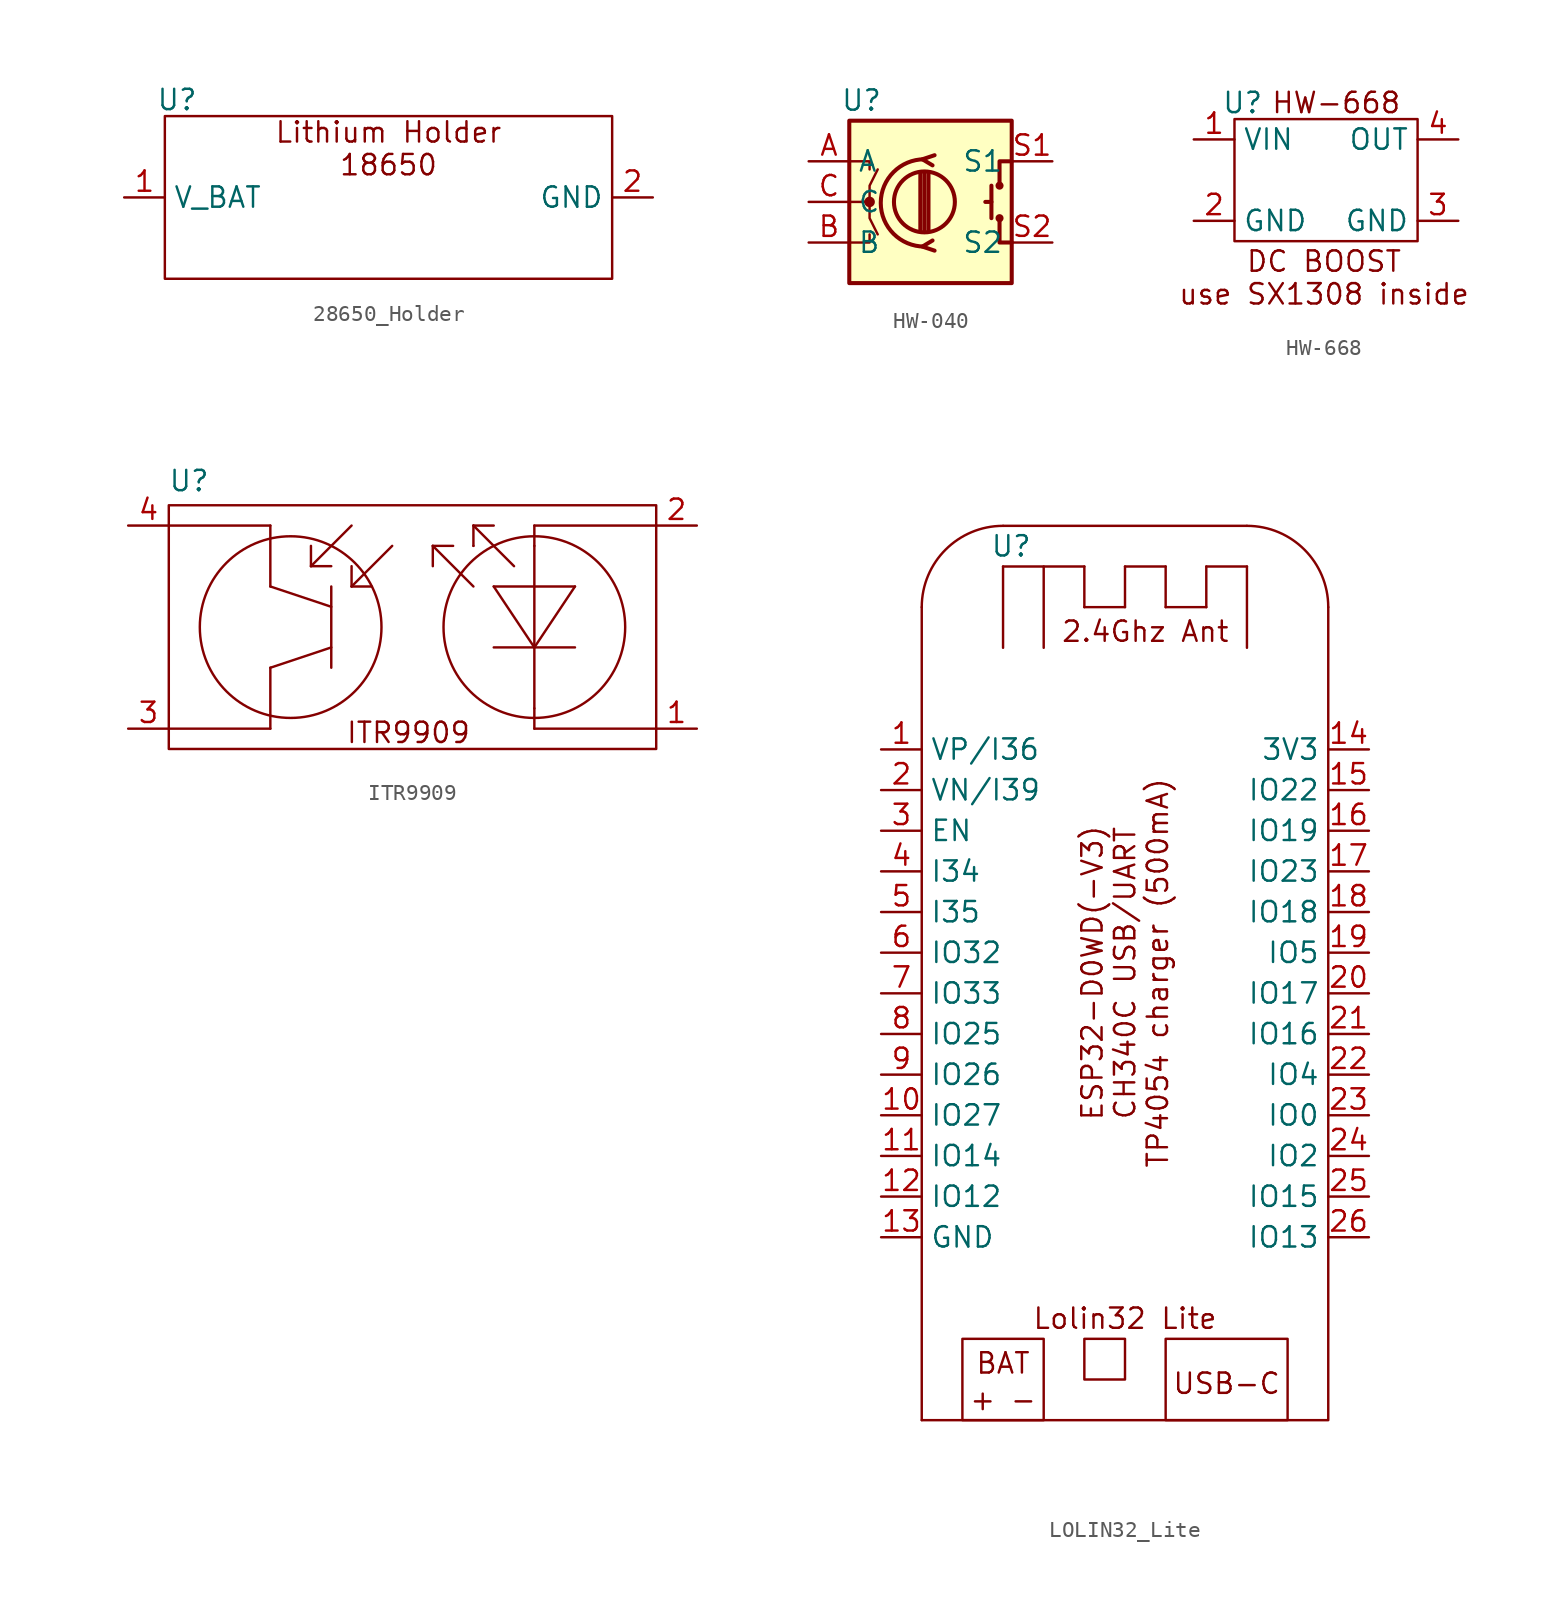
<source format=kicad_sym>
(kicad_symbol_lib
  (version 20241209)
  (generator "kicad_symbol_editor")
  (generator_version "9.0")
  (symbol "28650_Holder"
    (property "Reference" "U"
      (at -13.208 6.096 0)
      (effects (font (size 1.27 1.27))))
    (property "Value" ""
      (at 0 0 0)
      (effects (font (size 1.27 1.27))))
    (symbol "28650_Holder_0_1"
      (rectangle (start -13.97 5.08) (end 13.97 -5.08) (stroke (width 0) (type default)) (fill (type none))))
    (symbol "28650_Holder_1_1"
      (text "Lithium Holder\n18650" (at 0 3.048 0) (effects (font (size 1.27 1.27))))
      (pin power_out line (at -16.51 0 0) (length 2.54) (name "V_BAT" (effects (font (size 1.27 1.27)))) (number "1" (effects (font (size 1.27 1.27)))))
      (pin power_out line (at 16.51 0 180) (length 2.54) (name "GND" (effects (font (size 1.27 1.27)))) (number "2" (effects (font (size 1.27 1.27)))))))
  (symbol "HW-040"
    (property "Reference" "U"
      (at -4.318 6.35 0)
      (effects (font (size 1.27 1.27))))
    (property "Value" ""
      (at 0 0 0)
      (effects (font (size 1.27 1.27))))
    (symbol "HW-040_0_1"
      (rectangle (start -5.08 5.08) (end 5.08 -5.08) (stroke (width 0.254) (type default)) (fill (type background)))
      (polyline (pts (xy -5.08 2.54) (xy -3.81 2.54) (xy -3.81 2.032)) (stroke (width 0) (type default)) (fill (type none)))
      (polyline (pts (xy -5.08 0) (xy -3.81 0) (xy -3.81 -1.016) (xy -3.302 -2.032)) (stroke (width 0) (type default)) (fill (type none)))
      (polyline (pts (xy -5.08 -2.54) (xy -3.81 -2.54) (xy -3.81 -2.032)) (stroke (width 0) (type default)) (fill (type none)))
      (polyline (pts (xy -4.318 0) (xy -3.81 0) (xy -3.81 1.016) (xy -3.302 2.032)) (stroke (width 0) (type default)) (fill (type none)))
      (circle (center -3.81 0) (radius 0.254) (stroke (width 0) (type default)) (fill (type outline)))
      (polyline (pts (xy -0.635 -1.778) (xy -0.635 1.778)) (stroke (width 0.254) (type default)) (fill (type none)))
      (circle (center -0.381 0) (radius 1.905) (stroke (width 0.254) (type default)) (fill (type none)))
      (polyline (pts (xy -0.381 -1.778) (xy -0.381 1.778)) (stroke (width 0.254) (type default)) (fill (type none)))
      (arc (start -0.381 -2.794) (mid -3.0988 -0.0635) (end -0.381 2.667) (stroke (width 0.254) (type default)) (fill (type none)))
      (polyline (pts (xy -0.127 1.778) (xy -0.127 -1.778)) (stroke (width 0.254) (type default)) (fill (type none)))
      (polyline (pts (xy 0.254 2.921) (xy -0.508 2.667) (xy 0.127 2.286)) (stroke (width 0.254) (type default)) (fill (type none)))
      (polyline (pts (xy 0.254 -3.048) (xy -0.508 -2.794) (xy 0.127 -2.413)) (stroke (width 0.254) (type default)) (fill (type none)))
      (polyline (pts (xy 3.81 1.016) (xy 3.81 -1.016)) (stroke (width 0.254) (type default)) (fill (type none)))
      (polyline (pts (xy 3.81 0) (xy 3.429 0)) (stroke (width 0.254) (type default)) (fill (type none)))
      (circle (center 4.318 1.016) (radius 0.127) (stroke (width 0.254) (type default)) (fill (type none)))
      (circle (center 4.318 -1.016) (radius 0.127) (stroke (width 0.254) (type default)) (fill (type none)))
      (polyline (pts (xy 5.08 2.54) (xy 4.318 2.54) (xy 4.318 1.016)) (stroke (width 0.254) (type default)) (fill (type none)))
      (polyline (pts (xy 5.08 -2.54) (xy 4.318 -2.54) (xy 4.318 -1.016)) (stroke (width 0.254) (type default)) (fill (type none))))
    (symbol "HW-040_1_1"
      (pin passive line (at -7.62 2.54 0) (length 2.54) (name "A" (effects (font (size 1.27 1.27)))) (number "A" (effects (font (size 1.27 1.27)))))
      (pin passive line (at -7.62 0 0) (length 2.54) (name "C" (effects (font (size 1.27 1.27)))) (number "C" (effects (font (size 1.27 1.27)))))
      (pin passive line (at -7.62 -2.54 0) (length 2.54) (name "B" (effects (font (size 1.27 1.27)))) (number "B" (effects (font (size 1.27 1.27)))))
      (pin passive line (at 7.62 2.54 180) (length 2.54) (name "S1" (effects (font (size 1.27 1.27)))) (number "S1" (effects (font (size 1.27 1.27)))))
      (pin passive line (at 7.62 -2.54 180) (length 2.54) (name "S2" (effects (font (size 1.27 1.27)))) (number "S2" (effects (font (size 1.27 1.27)))))))
  (symbol "HW-668"
    (property "Reference" "U"
      (at -5.842 4.826 0)
      (effects (font (size 1.27 1.27))))
    (property "Value" ""
      (at 0 0 0)
      (effects (font (size 1.27 1.27))))
    (symbol "HW-668_0_1"
      (rectangle (start -6.35 3.81) (end 5.08 -3.81) (stroke (width 0) (type default)) (fill (type none))))
    (symbol "HW-668_1_1"
      (text "DC BOOST\nuse SX1308 inside" (at -0.762 -6.096 0) (effects (font (size 1.27 1.27))))
      (text "HW-668" (at 0 4.826 0) (effects (font (size 1.27 1.27))))
      (pin power_in line (at -8.89 2.54 0) (length 2.54) (name "VIN" (effects (font (size 1.27 1.27)))) (number "1" (effects (font (size 1.27 1.27)))))
      (pin power_in line (at -8.89 -2.54 0) (length 2.54) (name "GND" (effects (font (size 1.27 1.27)))) (number "2" (effects (font (size 1.27 1.27)))))
      (pin power_out line (at 7.62 2.54 180) (length 2.54) (name "OUT" (effects (font (size 1.27 1.27)))) (number "4" (effects (font (size 1.27 1.27)))))
      (pin power_in line (at 7.62 -2.54 180) (length 2.54) (name "GND" (effects (font (size 1.27 1.27)))) (number "3" (effects (font (size 1.27 1.27)))))))
  (symbol "ITR9909"
    (property "Reference" "U"
      (at -13.97 9.144 0)
      (effects (font (size 1.27 1.27))))
    (property "Value" ""
      (at 0 0 0)
      (effects (font (size 1.27 1.27))))
    (symbol "ITR9909_0_1"
      (rectangle (start -15.24 7.62) (end 15.24 -7.62) (stroke (width 0) (type default)) (fill (type none)))
      (polyline (pts (xy -8.89 6.35) (xy -15.24 6.35)) (stroke (width 0) (type default)) (fill (type none)))
      (polyline (pts (xy -8.89 2.54) (xy -8.89 6.35)) (stroke (width 0) (type default)) (fill (type none)))
      (polyline (pts (xy -8.89 -2.54) (xy -8.89 -6.35)) (stroke (width 0) (type default)) (fill (type none)))
      (polyline (pts (xy -8.89 -6.35) (xy -15.24 -6.35)) (stroke (width 0) (type default)) (fill (type none)))
      (circle (center -7.62 0) (radius 5.68) (stroke (width 0) (type default)) (fill (type none)))
      (polyline (pts (xy -6.35 3.81) (xy -6.35 5.08)) (stroke (width 0) (type default)) (fill (type none)))
      (polyline (pts (xy -6.35 3.81) (xy -5.08 3.81)) (stroke (width 0) (type default)) (fill (type none)))
      (polyline (pts (xy -6.35 3.81) (xy -3.81 6.35)) (stroke (width 0) (type default)) (fill (type none)))
      (polyline (pts (xy -5.08 2.54) (xy -5.08 -2.54)) (stroke (width 0) (type default)) (fill (type none)))
      (polyline (pts (xy -5.08 1.27) (xy -8.89 2.54)) (stroke (width 0) (type default)) (fill (type none)))
      (polyline (pts (xy -5.08 -1.27) (xy -8.89 -2.54)) (stroke (width 0) (type default)) (fill (type none)))
      (polyline (pts (xy -3.81 2.54) (xy -3.81 3.81)) (stroke (width 0) (type default)) (fill (type none)))
      (polyline (pts (xy -3.81 2.54) (xy -1.27 5.08)) (stroke (width 0) (type default)) (fill (type none)))
      (polyline (pts (xy -2.54 2.54) (xy -3.81 2.54)) (stroke (width 0) (type default)) (fill (type none)))
      (polyline (pts (xy 1.27 5.08) (xy 1.27 3.81)) (stroke (width 0) (type default)) (fill (type none)))
      (polyline (pts (xy 1.27 5.08) (xy 2.54 5.08)) (stroke (width 0) (type default)) (fill (type none)))
      (polyline (pts (xy 3.81 6.35) (xy 3.81 5.08)) (stroke (width 0) (type default)) (fill (type none)))
      (polyline (pts (xy 3.81 6.35) (xy 5.08 6.35)) (stroke (width 0) (type default)) (fill (type none)))
      (polyline (pts (xy 3.81 5.08) (xy 3.81 5.08)) (stroke (width 0) (type default)) (fill (type none)))
      (polyline (pts (xy 3.81 2.54) (xy 1.27 5.08)) (stroke (width 0) (type default)) (fill (type none)))
      (polyline (pts (xy 5.08 2.54) (xy 7.62 -1.27)) (stroke (width 0) (type default)) (fill (type none)))
      (polyline (pts (xy 5.08 2.54) (xy 10.16 2.54)) (stroke (width 0) (type default)) (fill (type none)))
      (polyline (pts (xy 5.08 -1.27) (xy 10.16 -1.27)) (stroke (width 0) (type default)) (fill (type none)))
      (polyline (pts (xy 6.35 3.81) (xy 3.81 6.35)) (stroke (width 0) (type default)) (fill (type none)))
      (polyline (pts (xy 7.62 6.35) (xy 15.24 6.35)) (stroke (width 0) (type default)) (fill (type none)))
      (polyline (pts (xy 7.62 5.08) (xy 7.62 6.35)) (stroke (width 0) (type default)) (fill (type none)))
      (circle (center 7.62 0) (radius 5.68) (stroke (width 0) (type default)) (fill (type none)))
      (polyline (pts (xy 7.62 -1.27) (xy 10.16 2.54)) (stroke (width 0) (type default)) (fill (type none)))
      (polyline (pts (xy 7.62 -5.08) (xy 7.62 5.08)) (stroke (width 0) (type default)) (fill (type none)))
      (polyline (pts (xy 7.62 -6.35) (xy 7.62 -5.08)) (stroke (width 0) (type default)) (fill (type none)))
      (polyline (pts (xy 7.62 -6.35) (xy 15.24 -6.35)) (stroke (width 0) (type default)) (fill (type none))))
    (symbol "ITR9909_1_1"
      (text "ITR9909" (at -0.254 -6.604 0) (effects (font (size 1.27 1.27))))
      (pin output line (at -17.78 6.35 0) (length 2.54) (name "" (effects (font (size 1.27 1.27)))) (number "4" (effects (font (size 1.27 1.27)))))
      (pin input line (at -17.78 -6.35 0) (length 2.54) (name "" (effects (font (size 1.27 1.27)))) (number "3" (effects (font (size 1.27 1.27)))))
      (pin input line (at 17.78 6.35 180) (length 2.54) (name "" (effects (font (size 1.27 1.27)))) (number "2" (effects (font (size 1.27 1.27)))))
      (pin input line (at 17.78 -6.35 180) (length 2.54) (name "" (effects (font (size 1.27 1.27)))) (number "1" (effects (font (size 1.27 1.27)))))))
  (symbol "LOLIN32_Lite"
    (property "Reference" "U"
      (at 5.588 54.61 0)
      (effects (font (size 1.27 1.27))))
    (property "Value" ""
      (at 0 0 0)
      (effects (font (size 1.27 1.27))))
    (symbol "LOLIN32_Lite_0_1"
      (polyline (pts (xy 0 0) (xy 0 50.8)) (stroke (width 0) (type default)) (fill (type none)))
      (polyline (pts (xy 0 0) (xy 25.4 0) (xy 25.4 50.8)) (stroke (width 0) (type default)) (fill (type none))))
    (symbol "LOLIN32_Lite_1_1"
      (rectangle (start 2.54 5.08) (end 7.62 0) (stroke (width 0) (type default)) (fill (type none)))
      (polyline (pts (xy 5.08 53.34) (xy 7.62 53.34) (xy 7.62 48.26)) (stroke (width 0) (type default)) (fill (type none)))
      (arc (start 0 50.8) (mid 1.4879 54.3921) (end 5.08 55.88) (stroke (width 0) (type solid)) (fill (type none)))
      (polyline (pts (xy 5.08 48.26) (xy 5.08 53.34)) (stroke (width 0) (type default)) (fill (type none)))
      (polyline (pts (xy 7.62 53.34) (xy 10.16 53.34)) (stroke (width 0) (type default)) (fill (type none)))
      (polyline (pts (xy 10.16 53.34) (xy 10.16 50.8)) (stroke (width 0) (type default)) (fill (type none)))
      (polyline (pts (xy 10.16 50.8) (xy 12.7 50.8)) (stroke (width 0) (type default)) (fill (type none)))
      (rectangle (start 10.16 5.08) (end 12.7 2.54) (stroke (width 0) (type default)) (fill (type none)))
      (polyline (pts (xy 12.7 53.34) (xy 15.24 53.34)) (stroke (width 0) (type default)) (fill (type none)))
      (polyline (pts (xy 12.7 50.8) (xy 12.7 53.34)) (stroke (width 0) (type default)) (fill (type none)))
      (polyline (pts (xy 15.24 53.34) (xy 15.24 50.8)) (stroke (width 0) (type default)) (fill (type none)))
      (polyline (pts (xy 15.24 50.8) (xy 17.78 50.8)) (stroke (width 0) (type default)) (fill (type none)))
      (polyline (pts (xy 17.78 53.34) (xy 20.32 53.34)) (stroke (width 0) (type default)) (fill (type none)))
      (polyline (pts (xy 17.78 50.8) (xy 17.78 53.34)) (stroke (width 0) (type default)) (fill (type none)))
      (polyline (pts (xy 20.32 55.88) (xy 5.08 55.88)) (stroke (width 0) (type default)) (fill (type none)))
      (polyline (pts (xy 20.32 53.34) (xy 20.32 48.26)) (stroke (width 0) (type default)) (fill (type none)))
      (arc (start 20.32 55.88) (mid 23.9121 54.3921) (end 25.4 50.8) (stroke (width 0) (type default)) (fill (type none)))
      (rectangle (start 22.86 0) (end 15.24 5.08) (stroke (width 0) (type default)) (fill (type none)))
      (text "BAT" (at 5.08 3.556 0) (effects (font (size 1.27 1.27))))
      (text "+ -" (at 5.08 1.27 0) (effects (font (size 1.27 1.27))))
      (text "ESP32-D0WD(-V3)\nCH340C USB/UART\nTP4054 charger (500mA)" (at 12.7 27.94 900) (effects (font (size 1.27 1.27))))
      (text "Lolin32 Lite" (at 12.7 6.35 0) (effects (font (size 1.27 1.27))))
      (text "2.4Ghz Ant" (at 13.97 49.276 0) (effects (font (size 1.27 1.27))))
      (text "USB-C" (at 19.05 2.286 0) (effects (font (size 1.27 1.27))))
      (pin input line (at -2.54 41.91 0) (length 2.54) (name "VP/I36" (effects (font (size 1.27 1.27)))) (number "1" (effects (font (size 1.27 1.27)))))
      (pin input line (at -2.54 39.37 0) (length 2.54) (name "VN/I39" (effects (font (size 1.27 1.27)))) (number "2" (effects (font (size 1.27 1.27)))))
      (pin input line (at -2.54 36.83 0) (length 2.54) (name "EN" (effects (font (size 1.27 1.27)))) (number "3" (effects (font (size 1.27 1.27)))))
      (pin input line (at -2.54 34.29 0) (length 2.54) (name "I34" (effects (font (size 1.27 1.27)))) (number "4" (effects (font (size 1.27 1.27)))))
      (pin input line (at -2.54 31.75 0) (length 2.54) (name "I35" (effects (font (size 1.27 1.27)))) (number "5" (effects (font (size 1.27 1.27)))))
      (pin bidirectional line (at -2.54 29.21 0) (length 2.54) (name "IO32" (effects (font (size 1.27 1.27)))) (number "6" (effects (font (size 1.27 1.27)))))
      (pin bidirectional line (at -2.54 26.67 0) (length 2.54) (name "IO33" (effects (font (size 1.27 1.27)))) (number "7" (effects (font (size 1.27 1.27)))))
      (pin bidirectional line (at -2.54 24.13 0) (length 2.54) (name "IO25" (effects (font (size 1.27 1.27)))) (number "8" (effects (font (size 1.27 1.27)))))
      (pin bidirectional line (at -2.54 21.59 0) (length 2.54) (name "IO26" (effects (font (size 1.27 1.27)))) (number "9" (effects (font (size 1.27 1.27)))))
      (pin bidirectional line (at -2.54 19.05 0) (length 2.54) (name "IO27" (effects (font (size 1.27 1.27)))) (number "10" (effects (font (size 1.27 1.27)))))
      (pin bidirectional line (at -2.54 16.51 0) (length 2.54) (name "IO14" (effects (font (size 1.27 1.27)))) (number "11" (effects (font (size 1.27 1.27)))))
      (pin bidirectional line (at -2.54 13.97 0) (length 2.54) (name "IO12" (effects (font (size 1.27 1.27)))) (number "12" (effects (font (size 1.27 1.27)))))
      (pin input line (at -2.54 11.43 0) (length 2.54) (name "GND" (effects (font (size 1.27 1.27)))) (number "13" (effects (font (size 1.27 1.27)))))
      (pin power_out line (at 27.94 41.91 180) (length 2.54) (name "3V3" (effects (font (size 1.27 1.27)))) (number "14" (effects (font (size 1.27 1.27)))))
      (pin bidirectional line (at 27.94 39.37 180) (length 2.54) (name "IO22" (effects (font (size 1.27 1.27)))) (number "15" (effects (font (size 1.27 1.27)))))
      (pin bidirectional line (at 27.94 36.83 180) (length 2.54) (name "IO19" (effects (font (size 1.27 1.27)))) (number "16" (effects (font (size 1.27 1.27)))))
      (pin bidirectional line (at 27.94 34.29 180) (length 2.54) (name "IO23" (effects (font (size 1.27 1.27)))) (number "17" (effects (font (size 1.27 1.27)))))
      (pin bidirectional line (at 27.94 31.75 180) (length 2.54) (name "IO18" (effects (font (size 1.27 1.27)))) (number "18" (effects (font (size 1.27 1.27)))))
      (pin bidirectional line (at 27.94 29.21 180) (length 2.54) (name "IO5" (effects (font (size 1.27 1.27)))) (number "19" (effects (font (size 1.27 1.27)))))
      (pin bidirectional line (at 27.94 26.67 180) (length 2.54) (name "IO17" (effects (font (size 1.27 1.27)))) (number "20" (effects (font (size 1.27 1.27)))))
      (pin bidirectional line (at 27.94 24.13 180) (length 2.54) (name "IO16" (effects (font (size 1.27 1.27)))) (number "21" (effects (font (size 1.27 1.27)))))
      (pin bidirectional line (at 27.94 21.59 180) (length 2.54) (name "IO4" (effects (font (size 1.27 1.27)))) (number "22" (effects (font (size 1.27 1.27)))))
      (pin bidirectional line (at 27.94 19.05 180) (length 2.54) (name "IO0" (effects (font (size 1.27 1.27)))) (number "23" (effects (font (size 1.27 1.27)))))
      (pin bidirectional line (at 27.94 16.51 180) (length 2.54) (name "IO2" (effects (font (size 1.27 1.27)))) (number "24" (effects (font (size 1.27 1.27)))))
      (pin bidirectional line (at 27.94 13.97 180) (length 2.54) (name "IO15" (effects (font (size 1.27 1.27)))) (number "25" (effects (font (size 1.27 1.27)))))
      (pin bidirectional line (at 27.94 11.43 180) (length 2.54) (name "IO13" (effects (font (size 1.27 1.27)))) (number "26" (effects (font (size 1.27 1.27))))))))
</source>
